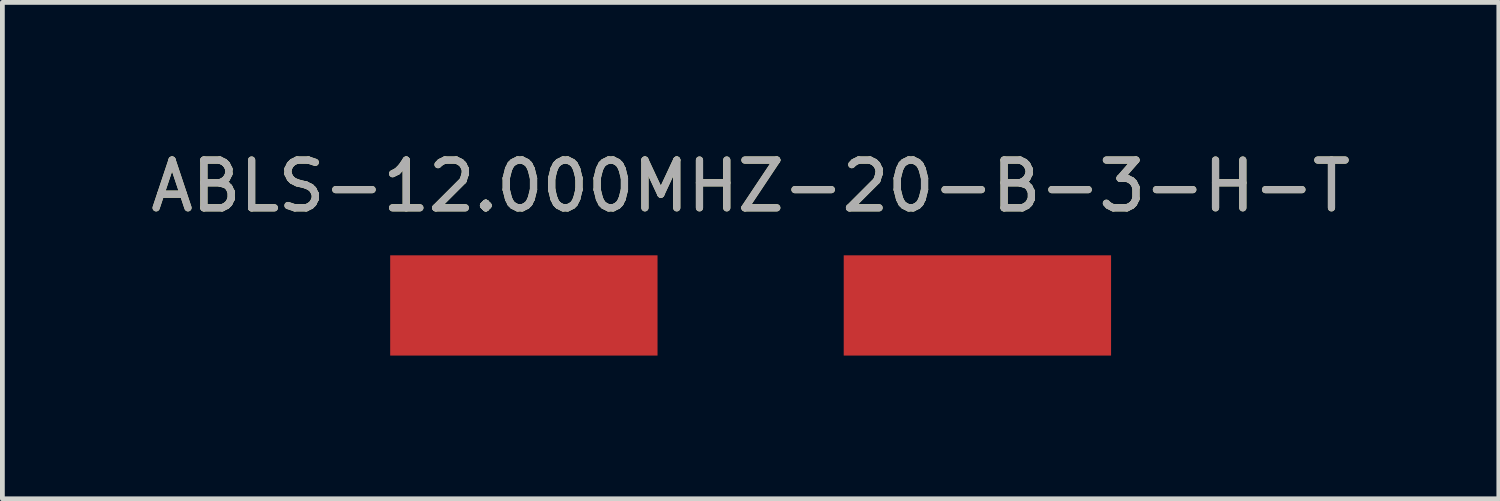
<source format=kicad_pcb>
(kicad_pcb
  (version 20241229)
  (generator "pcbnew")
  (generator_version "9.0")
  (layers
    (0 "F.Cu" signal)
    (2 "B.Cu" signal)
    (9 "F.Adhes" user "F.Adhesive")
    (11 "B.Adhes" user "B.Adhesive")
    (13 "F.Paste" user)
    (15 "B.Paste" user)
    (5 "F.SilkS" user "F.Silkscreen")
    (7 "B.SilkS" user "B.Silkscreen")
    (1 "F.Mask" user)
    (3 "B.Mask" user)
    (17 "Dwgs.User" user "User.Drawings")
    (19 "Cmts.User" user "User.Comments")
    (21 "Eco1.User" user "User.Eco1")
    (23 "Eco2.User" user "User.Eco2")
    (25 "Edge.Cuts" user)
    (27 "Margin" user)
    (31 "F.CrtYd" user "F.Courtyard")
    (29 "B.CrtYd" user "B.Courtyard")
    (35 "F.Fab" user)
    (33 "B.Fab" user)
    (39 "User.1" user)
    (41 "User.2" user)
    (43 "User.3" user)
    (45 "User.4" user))
  (footprint "ABLS-12.000MHZ-20-B-3-H-T"
    (layer "F.Cu")
    (at 12.673 3.348)
    (property "Reference" "ABLS-12.000MHZ-20-B-3-H-T" (at 0 -2.5 0) (unlocked yes) (layer "F.SilkS") (effects (font (size 1 1) (thickness 0.15))))
    (fp_text user "${REFERENCE}" (at 0 -2.5 0) (unlocked yes) (layer "F.Fab") (effects (font (size 1 1) (thickness 0.15))))
    (pad "1" smd rect (at -4.75 0) (size 5.6 2.1) (layers "F.Cu" "F.Mask" "F.Paste"))
    (pad "2" smd rect (at 4.75 0) (size 5.6 2.1) (layers "F.Cu" "F.Mask" "F.Paste")))
  (gr_rect
    (start -3 -3)
    (end 28.345 7.398)
    (stroke (width 0.1) (type default))
    (fill no)
    (layer "Edge.Cuts")))
</source>
